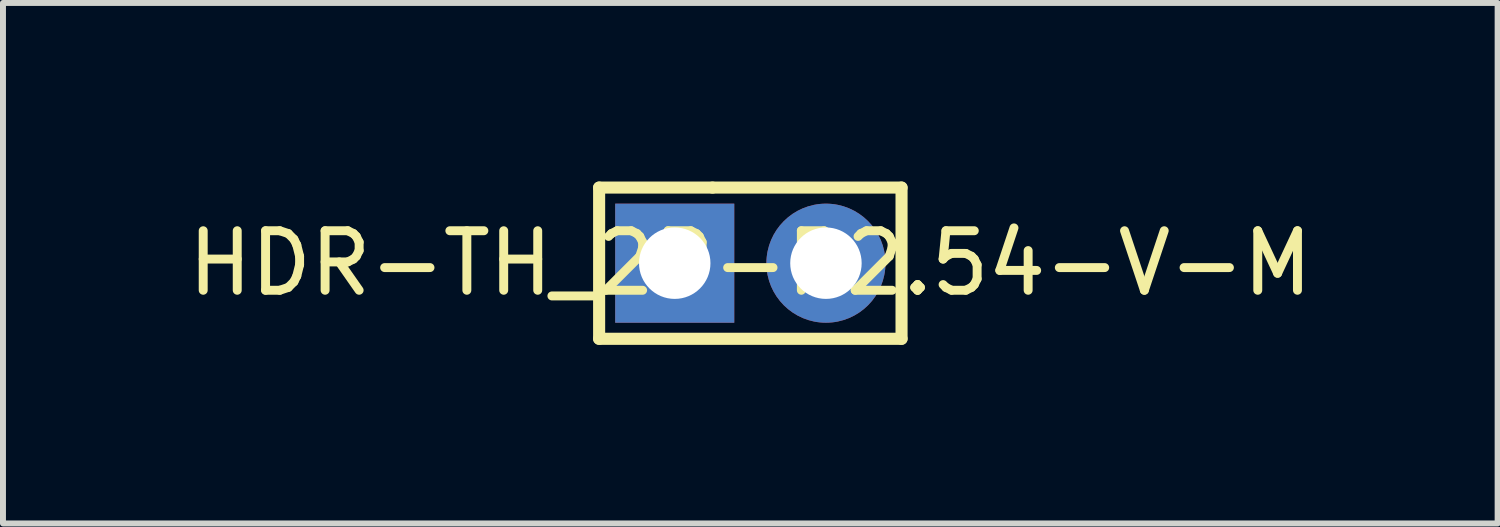
<source format=kicad_pcb>
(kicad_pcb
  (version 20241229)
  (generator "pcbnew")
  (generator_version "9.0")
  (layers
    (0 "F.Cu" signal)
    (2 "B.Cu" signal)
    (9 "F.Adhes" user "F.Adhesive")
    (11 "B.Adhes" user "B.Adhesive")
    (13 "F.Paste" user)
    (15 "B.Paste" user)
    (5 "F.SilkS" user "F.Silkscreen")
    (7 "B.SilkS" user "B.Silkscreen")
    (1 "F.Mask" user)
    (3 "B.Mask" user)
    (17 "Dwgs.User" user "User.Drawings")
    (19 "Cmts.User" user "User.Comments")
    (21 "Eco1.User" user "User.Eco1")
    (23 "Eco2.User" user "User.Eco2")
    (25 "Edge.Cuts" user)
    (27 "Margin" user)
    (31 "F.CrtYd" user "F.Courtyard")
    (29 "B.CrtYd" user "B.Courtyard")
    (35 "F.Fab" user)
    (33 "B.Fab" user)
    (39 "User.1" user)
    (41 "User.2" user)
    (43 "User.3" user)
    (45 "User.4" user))
  (footprint "HDR-TH_2P-P2.54-V-M"
    (layer "F.Cu")
    (at 9.554 1.371)
    (property "Reference" "HDR-TH_2P-P2.54-V-M" (at 0 0 0) (layer "F.SilkS") (effects (font (size 1 1) (thickness 0.15))))
    (fp_line (start -2.54 -1.27) (end -0.635 -1.27) (stroke (width 0.203) (type default)) (layer "F.SilkS"))
    (fp_line (start -2.54 1.27) (end -2.54 -1.27) (stroke (width 0.203) (type default)) (layer "F.SilkS"))
    (fp_line (start 2.54 -1.27) (end -0.635 -1.27) (stroke (width 0.203) (type default)) (layer "F.SilkS"))
    (fp_line (start 2.54 -1.27) (end 2.54 1.27) (stroke (width 0.203) (type default)) (layer "F.SilkS"))
    (fp_line (start 2.54 1.27) (end -2.54 1.27) (stroke (width 0.203) (type default)) (layer "F.SilkS"))
    (fp_poly (pts (xy -1.59 -0.32) (xy -0.95 -0.32) (xy -0.95 0.32) (xy -1.59 0.32)) (stroke (width 0.1) (type default)) (fill no) (layer "User.1"))
    (fp_poly (pts (xy 0.95 -0.32) (xy 1.59 -0.32) (xy 1.59 0.32) (xy 0.95 0.32)) (stroke (width 0.1) (type default)) (fill no) (layer "User.1"))
    (fp_line (start -2.54 -1.25) (end 2.54 -1.25) (stroke (width 0.051) (type default)) (layer "User.2"))
    (fp_line (start -2.54 1.25) (end -2.54 -1.25) (stroke (width 0.051) (type default)) (layer "User.2"))
    (fp_line (start 2.54 -1.25) (end 2.54 1.25) (stroke (width 0.051) (type default)) (layer "User.2"))
    (fp_line (start 2.54 1.25) (end -2.54 1.25) (stroke (width 0.051) (type default)) (layer "User.2"))
    (fp_poly (pts (xy -2.485 1.227) (xy -2.517 1.195) (xy -2.563 1.195) (xy -2.595 1.227) (xy -2.595 1.273) (xy -2.563 1.305) (xy -2.517 1.305) (xy -2.485 1.273)) (stroke (width 0.1) (type default)) (fill no) (layer "User.3"))
    (pad "1" thru_hole rect (at -1.27 0) (size 2 2) (drill 1.2) (layers "*.Cu" "*.Mask"))
    (pad "2" thru_hole circle (at 1.27 0) (size 2 2) (drill 1.2) (layers "*.Cu" "*.Mask")))
  (gr_rect
    (start -3 -3)
    (end 22.107 5.743)
    (stroke (width 0.1) (type default))
    (fill no)
    (layer "Edge.Cuts")))
</source>
